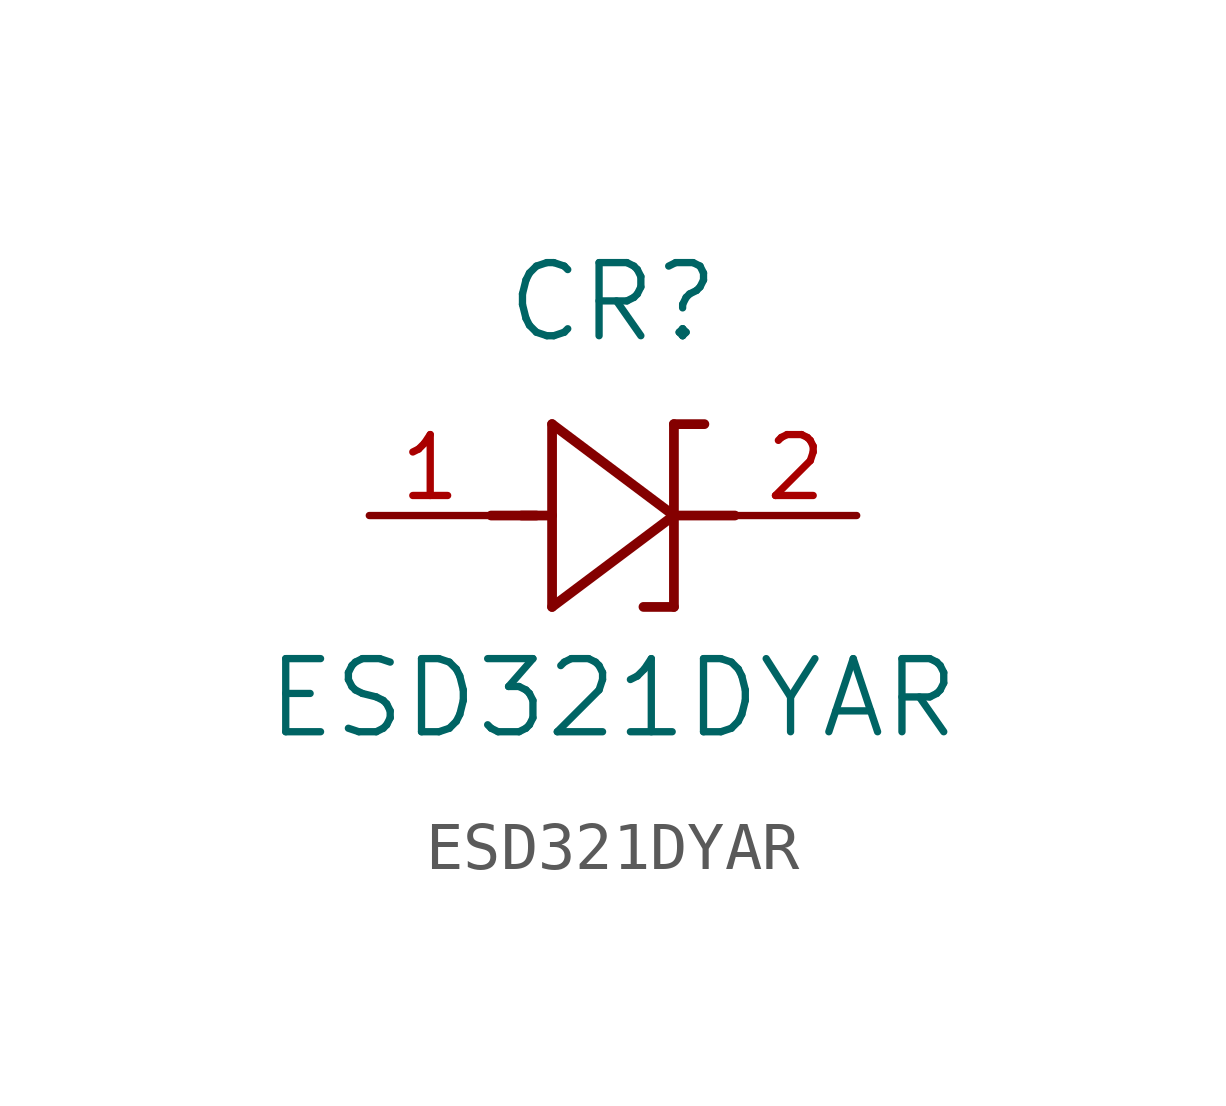
<source format=kicad_sym>
(kicad_symbol_lib
  (version 20231120)
  (generator "kicad_symbol_editor")
  (generator_version "8.0")
  (symbol "ESD321DYAR"
    (pin_names
      (offset 0.254))
    (property "Reference" "CR"
      (at 5.08 4.445 0)
      (effects (font (size 1.524 1.524))))
    (property "Value" "ESD321DYAR"
      (at 5.08 -3.81 0)
      (effects (font (size 1.524 1.524))))
    (property "ki_locked" ""
      (at 0 0 0)
      (effects (font (size 1.27 1.27))))
    (symbol "ESD321DYAR_0_1"
      (polyline (pts (xy 2.54 0) (xy 3.48 0)) (stroke (width 0.203) (type default)) (fill (type none)))
      (polyline (pts (xy 3.175 0) (xy 3.81 0)) (stroke (width 0.203) (type default)) (fill (type none)))
      (polyline (pts (xy 3.81 -1.905) (xy 6.35 0)) (stroke (width 0.203) (type default)) (fill (type none)))
      (polyline (pts (xy 3.81 1.905) (xy 3.81 -1.905)) (stroke (width 0.203) (type default)) (fill (type none)))
      (polyline (pts (xy 6.35 -1.905) (xy 5.715 -1.905)) (stroke (width 0.203) (type default)) (fill (type none)))
      (polyline (pts (xy 6.35 -1.905) (xy 6.35 1.905)) (stroke (width 0.203) (type default)) (fill (type none)))
      (polyline (pts (xy 6.35 0) (xy 3.81 1.905)) (stroke (width 0.203) (type default)) (fill (type none)))
      (polyline (pts (xy 6.35 0) (xy 7.62 0)) (stroke (width 0.203) (type default)) (fill (type none)))
      (polyline (pts (xy 6.35 1.905) (xy 6.985 1.905)) (stroke (width 0.203) (type default)) (fill (type none)))
      (pin passive line (at 0 0 0) (length 2.54) (name "" (effects (font (size 1.27 1.27)))) (number "1" (effects (font (size 1.27 1.27)))))
      (pin passive line (at 10.16 0 180) (length 2.54) (name "" (effects (font (size 1.27 1.27)))) (number "2" (effects (font (size 1.27 1.27))))))))
</source>
